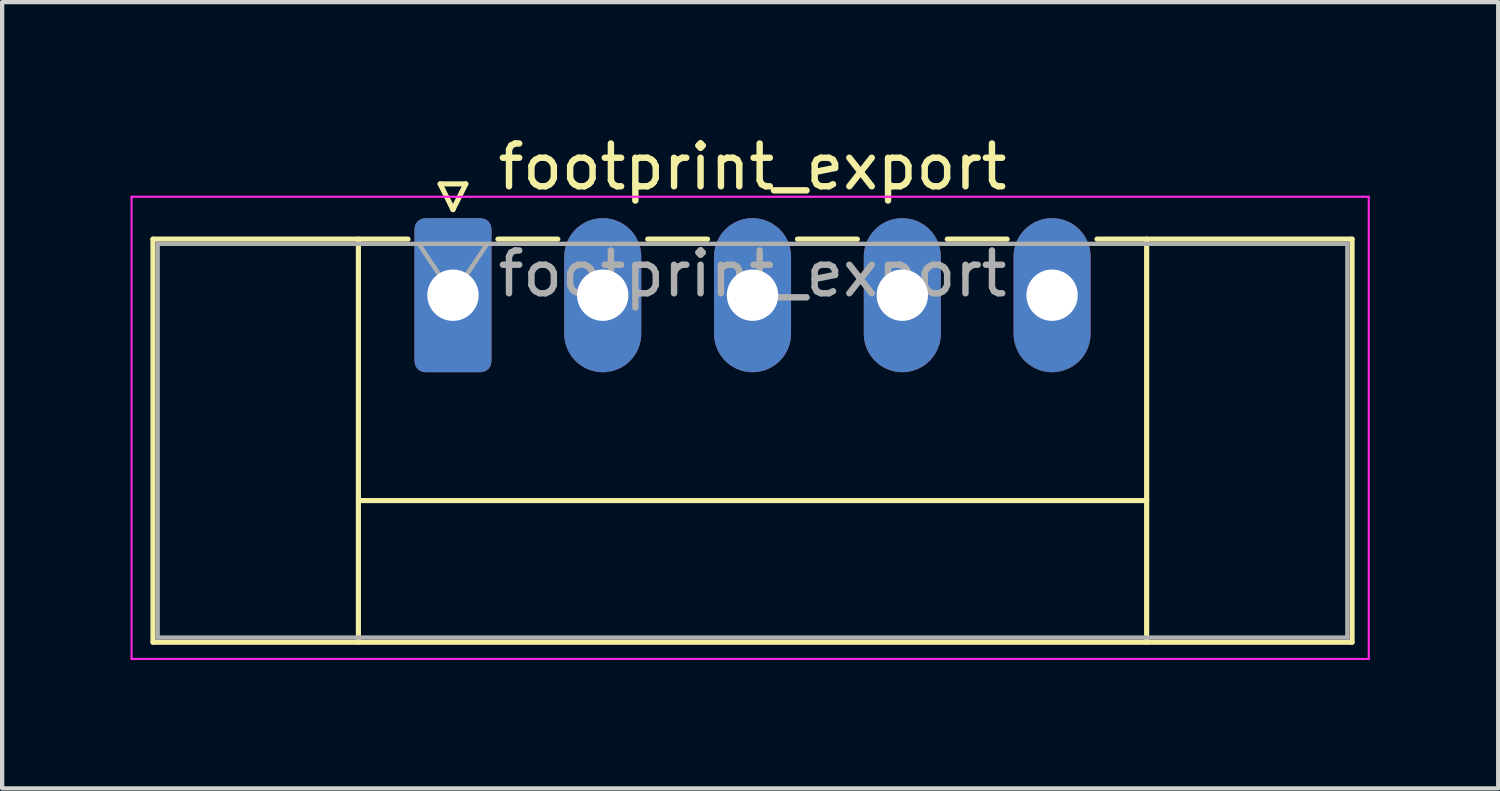
<source format=kicad_pcb>
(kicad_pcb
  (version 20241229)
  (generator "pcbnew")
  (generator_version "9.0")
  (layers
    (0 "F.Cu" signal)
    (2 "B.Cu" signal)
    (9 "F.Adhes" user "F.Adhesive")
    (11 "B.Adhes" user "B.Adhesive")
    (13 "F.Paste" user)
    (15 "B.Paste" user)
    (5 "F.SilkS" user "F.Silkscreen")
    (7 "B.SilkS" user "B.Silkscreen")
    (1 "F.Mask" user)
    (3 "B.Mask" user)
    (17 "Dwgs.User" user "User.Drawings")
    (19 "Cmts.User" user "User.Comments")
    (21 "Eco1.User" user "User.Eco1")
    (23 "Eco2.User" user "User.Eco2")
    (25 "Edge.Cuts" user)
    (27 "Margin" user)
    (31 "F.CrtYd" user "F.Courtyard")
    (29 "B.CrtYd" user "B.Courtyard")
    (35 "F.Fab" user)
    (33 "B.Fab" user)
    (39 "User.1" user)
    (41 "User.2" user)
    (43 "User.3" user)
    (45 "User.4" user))
  (footprint "footprint_export"
    (layer "F.Cu")
    (at 7.535 3.848)
    (property "Reference" "footprint_export" (at 7 -3 0) (layer "F.SilkS") (effects (font (size 1 1) (thickness 0.15))))
    (attr through_hole)
    (fp_line (start -7.01 -1.31) (end -7.01 8.11) (stroke (width 0.12) (type solid)) (layer "F.SilkS"))
    (fp_line (start -7.01 -1.31) (end -1.05 -1.31) (stroke (width 0.12) (type solid)) (layer "F.SilkS"))
    (fp_line (start -7.01 8.11) (end 21.01 8.11) (stroke (width 0.12) (type solid)) (layer "F.SilkS"))
    (fp_line (start -2.21 -1.31) (end -2.21 8.11) (stroke (width 0.12) (type solid)) (layer "F.SilkS"))
    (fp_line (start -2.21 4.8) (end 16.21 4.8) (stroke (width 0.12) (type solid)) (layer "F.SilkS"))
    (fp_line (start -0.3 -2.6) (end 0.3 -2.6) (stroke (width 0.12) (type solid)) (layer "F.SilkS"))
    (fp_line (start 0 -2) (end -0.3 -2.6) (stroke (width 0.12) (type solid)) (layer "F.SilkS"))
    (fp_line (start 0.3 -2.6) (end 0 -2) (stroke (width 0.12) (type solid)) (layer "F.SilkS"))
    (fp_line (start 1.05 -1.31) (end 2.45 -1.31) (stroke (width 0.12) (type solid)) (layer "F.SilkS"))
    (fp_line (start 4.55 -1.31) (end 5.95 -1.31) (stroke (width 0.12) (type solid)) (layer "F.SilkS"))
    (fp_line (start 8.05 -1.31) (end 9.45 -1.31) (stroke (width 0.12) (type solid)) (layer "F.SilkS"))
    (fp_line (start 11.55 -1.31) (end 12.95 -1.31) (stroke (width 0.12) (type solid)) (layer "F.SilkS"))
    (fp_line (start 16.21 -1.31) (end 16.21 8.11) (stroke (width 0.12) (type solid)) (layer "F.SilkS"))
    (fp_line (start 21.01 -1.31) (end 15.05 -1.31) (stroke (width 0.12) (type solid)) (layer "F.SilkS"))
    (fp_line (start 21.01 8.11) (end 21.01 -1.31) (stroke (width 0.12) (type solid)) (layer "F.SilkS"))
    (fp_line (start -7.51 -2.3) (end -7.51 8.5) (stroke (width 0.05) (type solid)) (layer "F.CrtYd"))
    (fp_line (start -7.51 8.5) (end 21.4 8.5) (stroke (width 0.05) (type solid)) (layer "F.CrtYd"))
    (fp_line (start 21.4 -2.3) (end -7.51 -2.3) (stroke (width 0.05) (type solid)) (layer "F.CrtYd"))
    (fp_line (start 21.4 8.5) (end 21.4 -2.3) (stroke (width 0.05) (type solid)) (layer "F.CrtYd"))
    (fp_line (start -6.9 -1.2) (end -6.9 8) (stroke (width 0.1) (type solid)) (layer "F.Fab"))
    (fp_line (start -6.9 8) (end 20.9 8) (stroke (width 0.1) (type solid)) (layer "F.Fab"))
    (fp_line (start 0 0) (end -0.8 -1.2) (stroke (width 0.1) (type solid)) (layer "F.Fab"))
    (fp_line (start 0.8 -1.2) (end 0 0) (stroke (width 0.1) (type solid)) (layer "F.Fab"))
    (fp_line (start 20.9 -1.2) (end -6.9 -1.2) (stroke (width 0.1) (type solid)) (layer "F.Fab"))
    (fp_line (start 20.9 8) (end 20.9 -1.2) (stroke (width 0.1) (type solid)) (layer "F.Fab"))
    (fp_text user "${REFERENCE}" (at 7 -0.5 0) (layer "F.Fab") (effects (font (size 1 1) (thickness 0.15))))
    (pad "1" thru_hole roundrect (at 0 0) (size 1.8 3.6) (drill 1.2) (layers "*.Cu" "*.Mask") (roundrect_rratio 0.139))
    (pad "2" thru_hole oval (at 3.5 0) (size 1.8 3.6) (drill 1.2) (layers "*.Cu" "*.Mask"))
    (pad "3" thru_hole oval (at 7 0) (size 1.8 3.6) (drill 1.2) (layers "*.Cu" "*.Mask"))
    (pad "4" thru_hole oval (at 10.5 0) (size 1.8 3.6) (drill 1.2) (layers "*.Cu" "*.Mask"))
    (pad "5" thru_hole oval (at 14 0) (size 1.8 3.6) (drill 1.2) (layers "*.Cu" "*.Mask")))
  (gr_rect
    (start -3 -3)
    (end 31.96 15.373)
    (stroke (width 0.1) (type default))
    (fill no)
    (layer "Edge.Cuts")))
</source>
